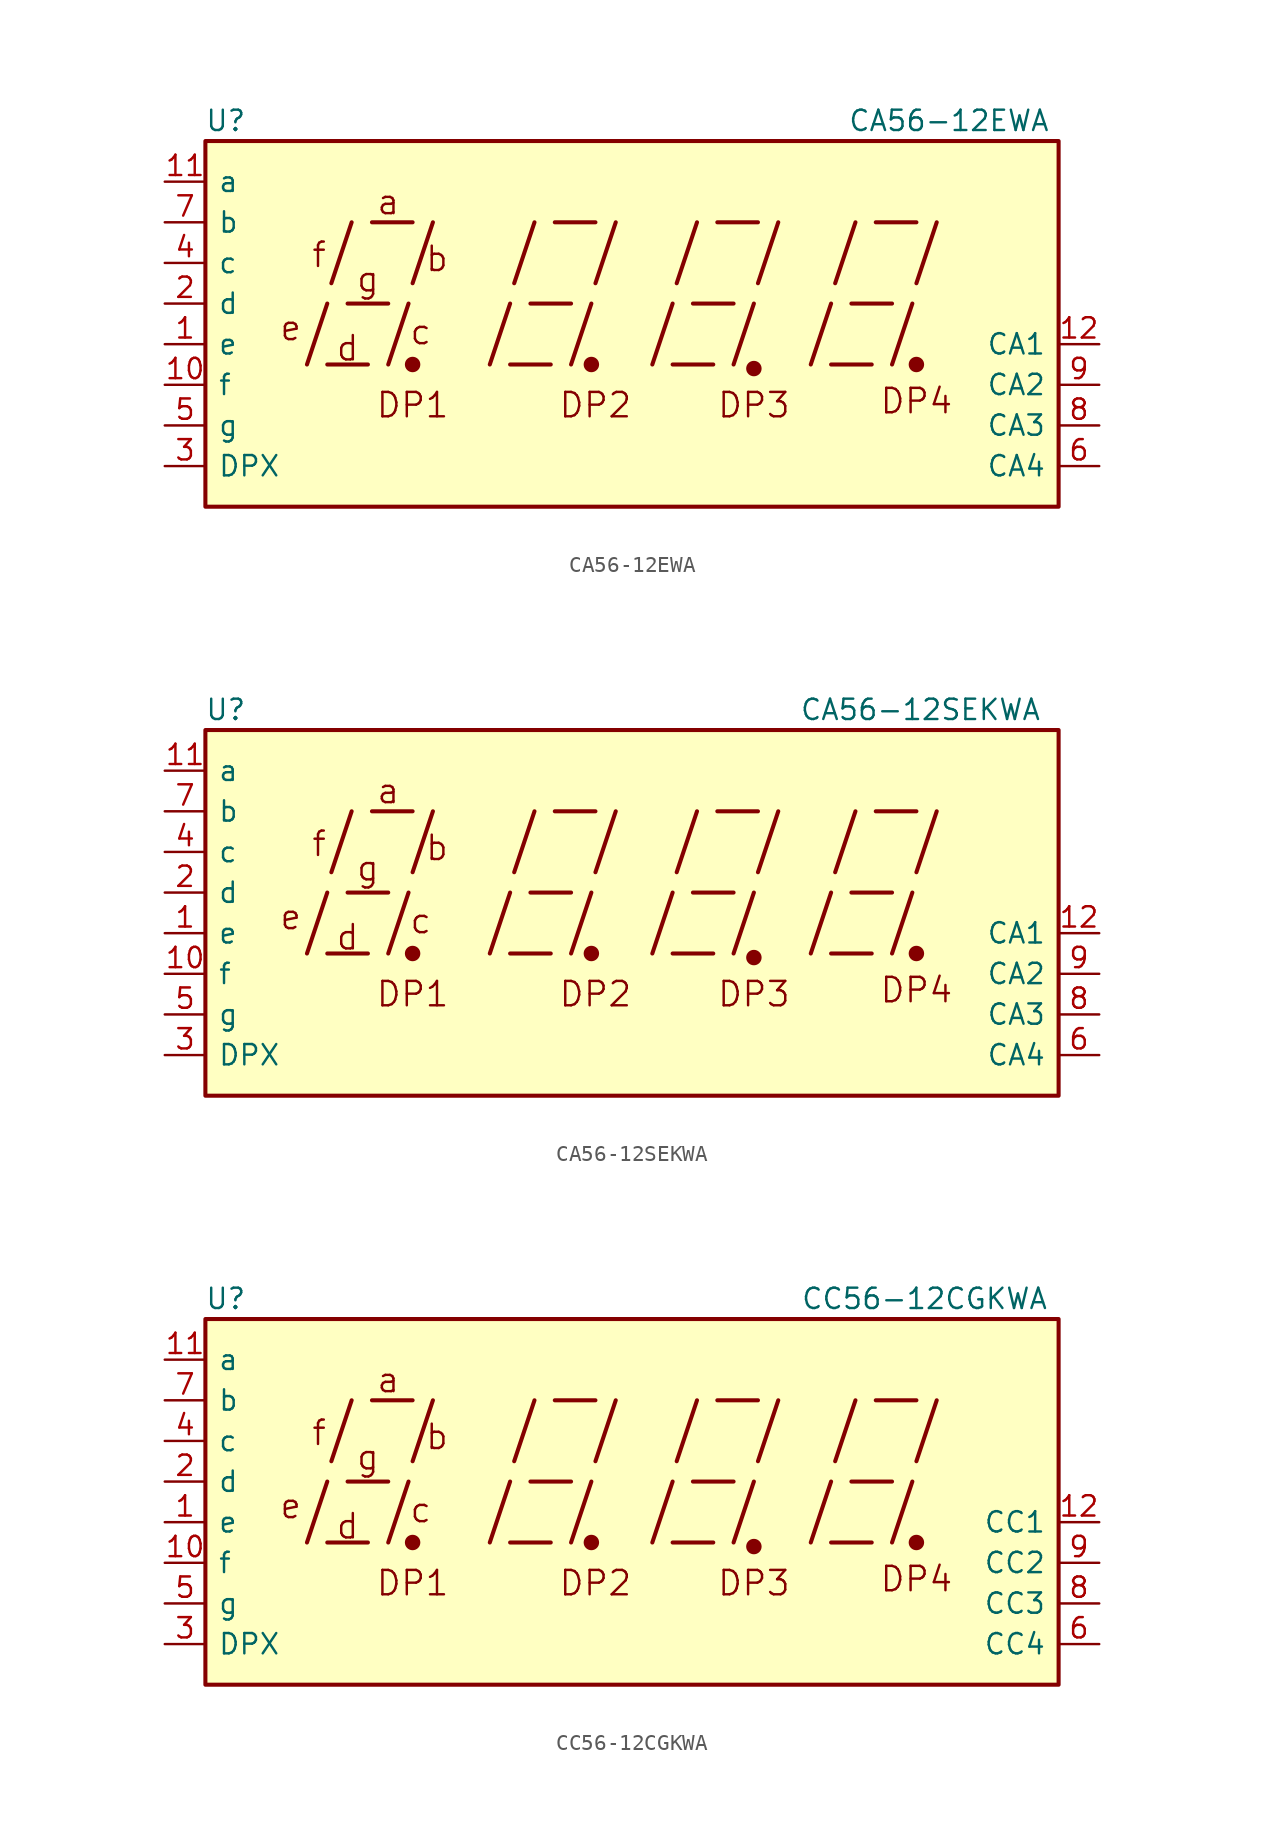
<source format=kicad_sym>
(kicad_symbol_lib
  (version 20231120)
  (generator "kicad_symbol_editor")
  (generator_version "8.0")
  (symbol "CA56-12EWA"
    (pin_names
      (offset 0.762))
    (property "Reference" "U"
      (at -24.13 11.43 0)
      (effects (font (size 1.27 1.27))))
    (property "Value" "CA56-12EWA"
      (at 21.082 11.43 0)
      (effects (font (size 1.27 1.27))))
    (symbol "CA56-12EWA_0_0"
      (rectangle (start -25.4 10.16) (end 27.94 -12.7) (stroke (width 0.254) (type default)) (fill (type background)))
      (polyline (pts (xy -19.05 -3.81) (xy -17.78 0)) (stroke (width 0.254) (type default)) (fill (type none)))
      (polyline (pts (xy -17.78 -3.81) (xy -15.24 -3.81)) (stroke (width 0.254) (type default)) (fill (type none)))
      (polyline (pts (xy -17.526 1.27) (xy -16.256 5.08)) (stroke (width 0.254) (type default)) (fill (type none)))
      (polyline (pts (xy -16.51 0) (xy -13.97 0)) (stroke (width 0.254) (type default)) (fill (type none)))
      (polyline (pts (xy -14.986 5.08) (xy -12.446 5.08)) (stroke (width 0.254) (type default)) (fill (type none)))
      (polyline (pts (xy -13.97 -3.81) (xy -12.7 0)) (stroke (width 0.254) (type default)) (fill (type none)))
      (polyline (pts (xy -12.446 1.27) (xy -11.176 5.08)) (stroke (width 0.254) (type default)) (fill (type none)))
      (polyline (pts (xy -7.62 -3.81) (xy -6.35 0)) (stroke (width 0.254) (type default)) (fill (type none)))
      (polyline (pts (xy -6.35 -3.81) (xy -3.81 -3.81)) (stroke (width 0.254) (type default)) (fill (type none)))
      (polyline (pts (xy -6.096 1.27) (xy -4.826 5.08)) (stroke (width 0.254) (type default)) (fill (type none)))
      (polyline (pts (xy -5.08 0) (xy -2.54 0)) (stroke (width 0.254) (type default)) (fill (type none)))
      (polyline (pts (xy -3.556 5.08) (xy -1.016 5.08)) (stroke (width 0.254) (type default)) (fill (type none)))
      (polyline (pts (xy -2.54 -3.81) (xy -1.27 0)) (stroke (width 0.254) (type default)) (fill (type none)))
      (polyline (pts (xy -1.016 1.27) (xy 0.254 5.08)) (stroke (width 0.254) (type default)) (fill (type none)))
      (polyline (pts (xy 2.54 -3.81) (xy 3.81 0)) (stroke (width 0.254) (type default)) (fill (type none)))
      (polyline (pts (xy 3.81 -3.81) (xy 6.35 -3.81)) (stroke (width 0.254) (type default)) (fill (type none)))
      (polyline (pts (xy 4.064 1.27) (xy 5.334 5.08)) (stroke (width 0.254) (type default)) (fill (type none)))
      (polyline (pts (xy 5.08 0) (xy 7.62 0)) (stroke (width 0.254) (type default)) (fill (type none)))
      (polyline (pts (xy 6.604 5.08) (xy 9.144 5.08)) (stroke (width 0.254) (type default)) (fill (type none)))
      (polyline (pts (xy 7.62 -3.81) (xy 8.89 0)) (stroke (width 0.254) (type default)) (fill (type none)))
      (polyline (pts (xy 9.144 1.27) (xy 10.414 5.08)) (stroke (width 0.254) (type default)) (fill (type none)))
      (polyline (pts (xy 12.446 -3.81) (xy 13.716 0)) (stroke (width 0.254) (type default)) (fill (type none)))
      (polyline (pts (xy 13.716 -3.81) (xy 16.256 -3.81)) (stroke (width 0.254) (type default)) (fill (type none)))
      (polyline (pts (xy 13.97 1.27) (xy 15.24 5.08)) (stroke (width 0.254) (type default)) (fill (type none)))
      (polyline (pts (xy 14.986 0) (xy 17.526 0)) (stroke (width 0.254) (type default)) (fill (type none)))
      (polyline (pts (xy 16.51 5.08) (xy 19.05 5.08)) (stroke (width 0.254) (type default)) (fill (type none)))
      (polyline (pts (xy 17.526 -3.81) (xy 18.796 0)) (stroke (width 0.254) (type default)) (fill (type none)))
      (polyline (pts (xy 19.05 1.27) (xy 20.32 5.08)) (stroke (width 0.254) (type default)) (fill (type none)))
      (text "a" (at -13.97 6.35 0) (effects (font (size 1.524 1.524))))
      (text "b" (at -10.922 2.794 0) (effects (font (size 1.524 1.524))))
      (text "c" (at -11.938 -1.778 0) (effects (font (size 1.524 1.524))))
      (text "d" (at -16.51 -2.794 0) (effects (font (size 1.524 1.524))))
      (text "DP1" (at -12.446 -6.35 0) (effects (font (size 1.524 1.524))))
      (text "DP2" (at -1.016 -6.35 0) (effects (font (size 1.524 1.524))))
      (text "DP3" (at 8.89 -6.35 0) (effects (font (size 1.524 1.524))))
      (text "DP4" (at 19.05 -6.096 0) (effects (font (size 1.524 1.524))))
      (text "e" (at -20.066 -1.524 0) (effects (font (size 1.524 1.524))))
      (text "f" (at -18.288 3.048 0) (effects (font (size 1.524 1.524))))
      (text "g" (at -15.24 1.524 0) (effects (font (size 1.524 1.524)))))
    (symbol "CA56-12EWA_0_1"
      (circle (center -12.446 -3.81) (radius 0.356) (stroke (width 0.254) (type default)) (fill (type outline)))
      (circle (center -1.27 -3.81) (radius 0.356) (stroke (width 0.254) (type default)) (fill (type outline))))
    (symbol "CA56-12EWA_1_0"
      (circle (center 8.89 -4.064) (radius 0.356) (stroke (width 0.254) (type default)) (fill (type outline)))
      (circle (center 19.05 -3.81) (radius 0.356) (stroke (width 0.254) (type default)) (fill (type outline))))
    (symbol "CA56-12EWA_1_1"
      (pin input line (at -27.94 -2.54 0) (length 2.54) (name "e" (effects (font (size 1.27 1.27)))) (number "1" (effects (font (size 1.27 1.27)))))
      (pin input line (at -27.94 -5.08 0) (length 2.54) (name "f" (effects (font (size 1.27 1.27)))) (number "10" (effects (font (size 1.27 1.27)))))
      (pin input line (at -27.94 7.62 0) (length 2.54) (name "a" (effects (font (size 1.27 1.27)))) (number "11" (effects (font (size 1.27 1.27)))))
      (pin input line (at 30.48 -2.54 180) (length 2.54) (name "CA1" (effects (font (size 1.27 1.27)))) (number "12" (effects (font (size 1.27 1.27)))))
      (pin input line (at -27.94 0 0) (length 2.54) (name "d" (effects (font (size 1.27 1.27)))) (number "2" (effects (font (size 1.27 1.27)))))
      (pin input line (at -27.94 -10.16 0) (length 2.54) (name "DPX" (effects (font (size 1.27 1.27)))) (number "3" (effects (font (size 1.27 1.27)))))
      (pin input line (at -27.94 2.54 0) (length 2.54) (name "c" (effects (font (size 1.27 1.27)))) (number "4" (effects (font (size 1.27 1.27)))))
      (pin input line (at -27.94 -7.62 0) (length 2.54) (name "g" (effects (font (size 1.27 1.27)))) (number "5" (effects (font (size 1.27 1.27)))))
      (pin input line (at 30.48 -10.16 180) (length 2.54) (name "CA4" (effects (font (size 1.27 1.27)))) (number "6" (effects (font (size 1.27 1.27)))))
      (pin input line (at -27.94 5.08 0) (length 2.54) (name "b" (effects (font (size 1.27 1.27)))) (number "7" (effects (font (size 1.27 1.27)))))
      (pin input line (at 30.48 -7.62 180) (length 2.54) (name "CA3" (effects (font (size 1.27 1.27)))) (number "8" (effects (font (size 1.27 1.27)))))
      (pin input line (at 30.48 -5.08 180) (length 2.54) (name "CA2" (effects (font (size 1.27 1.27)))) (number "9" (effects (font (size 1.27 1.27)))))))
  (symbol "CA56-12SEKWA"
    (pin_names
      (offset 0.762))
    (property "Reference" "U"
      (at -24.13 11.43 0)
      (effects (font (size 1.27 1.27))))
    (property "Value" "CA56-12SEKWA"
      (at 19.304 11.43 0)
      (effects (font (size 1.27 1.27))))
    (symbol "CA56-12SEKWA_0_0"
      (rectangle (start -25.4 10.16) (end 27.94 -12.7) (stroke (width 0.254) (type default)) (fill (type background)))
      (polyline (pts (xy -19.05 -3.81) (xy -17.78 0)) (stroke (width 0.254) (type default)) (fill (type none)))
      (polyline (pts (xy -17.78 -3.81) (xy -15.24 -3.81)) (stroke (width 0.254) (type default)) (fill (type none)))
      (polyline (pts (xy -17.526 1.27) (xy -16.256 5.08)) (stroke (width 0.254) (type default)) (fill (type none)))
      (polyline (pts (xy -16.51 0) (xy -13.97 0)) (stroke (width 0.254) (type default)) (fill (type none)))
      (polyline (pts (xy -14.986 5.08) (xy -12.446 5.08)) (stroke (width 0.254) (type default)) (fill (type none)))
      (polyline (pts (xy -13.97 -3.81) (xy -12.7 0)) (stroke (width 0.254) (type default)) (fill (type none)))
      (polyline (pts (xy -12.446 1.27) (xy -11.176 5.08)) (stroke (width 0.254) (type default)) (fill (type none)))
      (polyline (pts (xy -7.62 -3.81) (xy -6.35 0)) (stroke (width 0.254) (type default)) (fill (type none)))
      (polyline (pts (xy -6.35 -3.81) (xy -3.81 -3.81)) (stroke (width 0.254) (type default)) (fill (type none)))
      (polyline (pts (xy -6.096 1.27) (xy -4.826 5.08)) (stroke (width 0.254) (type default)) (fill (type none)))
      (polyline (pts (xy -5.08 0) (xy -2.54 0)) (stroke (width 0.254) (type default)) (fill (type none)))
      (polyline (pts (xy -3.556 5.08) (xy -1.016 5.08)) (stroke (width 0.254) (type default)) (fill (type none)))
      (polyline (pts (xy -2.54 -3.81) (xy -1.27 0)) (stroke (width 0.254) (type default)) (fill (type none)))
      (polyline (pts (xy -1.016 1.27) (xy 0.254 5.08)) (stroke (width 0.254) (type default)) (fill (type none)))
      (polyline (pts (xy 2.54 -3.81) (xy 3.81 0)) (stroke (width 0.254) (type default)) (fill (type none)))
      (polyline (pts (xy 3.81 -3.81) (xy 6.35 -3.81)) (stroke (width 0.254) (type default)) (fill (type none)))
      (polyline (pts (xy 4.064 1.27) (xy 5.334 5.08)) (stroke (width 0.254) (type default)) (fill (type none)))
      (polyline (pts (xy 5.08 0) (xy 7.62 0)) (stroke (width 0.254) (type default)) (fill (type none)))
      (polyline (pts (xy 6.604 5.08) (xy 9.144 5.08)) (stroke (width 0.254) (type default)) (fill (type none)))
      (polyline (pts (xy 7.62 -3.81) (xy 8.89 0)) (stroke (width 0.254) (type default)) (fill (type none)))
      (polyline (pts (xy 9.144 1.27) (xy 10.414 5.08)) (stroke (width 0.254) (type default)) (fill (type none)))
      (polyline (pts (xy 12.446 -3.81) (xy 13.716 0)) (stroke (width 0.254) (type default)) (fill (type none)))
      (polyline (pts (xy 13.716 -3.81) (xy 16.256 -3.81)) (stroke (width 0.254) (type default)) (fill (type none)))
      (polyline (pts (xy 13.97 1.27) (xy 15.24 5.08)) (stroke (width 0.254) (type default)) (fill (type none)))
      (polyline (pts (xy 14.986 0) (xy 17.526 0)) (stroke (width 0.254) (type default)) (fill (type none)))
      (polyline (pts (xy 16.51 5.08) (xy 19.05 5.08)) (stroke (width 0.254) (type default)) (fill (type none)))
      (polyline (pts (xy 17.526 -3.81) (xy 18.796 0)) (stroke (width 0.254) (type default)) (fill (type none)))
      (polyline (pts (xy 19.05 1.27) (xy 20.32 5.08)) (stroke (width 0.254) (type default)) (fill (type none)))
      (text "a" (at -13.97 6.35 0) (effects (font (size 1.524 1.524))))
      (text "b" (at -10.922 2.794 0) (effects (font (size 1.524 1.524))))
      (text "c" (at -11.938 -1.778 0) (effects (font (size 1.524 1.524))))
      (text "d" (at -16.51 -2.794 0) (effects (font (size 1.524 1.524))))
      (text "DP1" (at -12.446 -6.35 0) (effects (font (size 1.524 1.524))))
      (text "DP2" (at -1.016 -6.35 0) (effects (font (size 1.524 1.524))))
      (text "DP3" (at 8.89 -6.35 0) (effects (font (size 1.524 1.524))))
      (text "DP4" (at 19.05 -6.096 0) (effects (font (size 1.524 1.524))))
      (text "e" (at -20.066 -1.524 0) (effects (font (size 1.524 1.524))))
      (text "f" (at -18.288 3.048 0) (effects (font (size 1.524 1.524))))
      (text "g" (at -15.24 1.524 0) (effects (font (size 1.524 1.524)))))
    (symbol "CA56-12SEKWA_0_1"
      (circle (center -12.446 -3.81) (radius 0.356) (stroke (width 0.254) (type default)) (fill (type outline)))
      (circle (center -1.27 -3.81) (radius 0.356) (stroke (width 0.254) (type default)) (fill (type outline))))
    (symbol "CA56-12SEKWA_1_0"
      (circle (center 8.89 -4.064) (radius 0.356) (stroke (width 0.254) (type default)) (fill (type outline)))
      (circle (center 19.05 -3.81) (radius 0.356) (stroke (width 0.254) (type default)) (fill (type outline))))
    (symbol "CA56-12SEKWA_1_1"
      (pin input line (at -27.94 -2.54 0) (length 2.54) (name "e" (effects (font (size 1.27 1.27)))) (number "1" (effects (font (size 1.27 1.27)))))
      (pin input line (at -27.94 -5.08 0) (length 2.54) (name "f" (effects (font (size 1.27 1.27)))) (number "10" (effects (font (size 1.27 1.27)))))
      (pin input line (at -27.94 7.62 0) (length 2.54) (name "a" (effects (font (size 1.27 1.27)))) (number "11" (effects (font (size 1.27 1.27)))))
      (pin input line (at 30.48 -2.54 180) (length 2.54) (name "CA1" (effects (font (size 1.27 1.27)))) (number "12" (effects (font (size 1.27 1.27)))))
      (pin input line (at -27.94 0 0) (length 2.54) (name "d" (effects (font (size 1.27 1.27)))) (number "2" (effects (font (size 1.27 1.27)))))
      (pin input line (at -27.94 -10.16 0) (length 2.54) (name "DPX" (effects (font (size 1.27 1.27)))) (number "3" (effects (font (size 1.27 1.27)))))
      (pin input line (at -27.94 2.54 0) (length 2.54) (name "c" (effects (font (size 1.27 1.27)))) (number "4" (effects (font (size 1.27 1.27)))))
      (pin input line (at -27.94 -7.62 0) (length 2.54) (name "g" (effects (font (size 1.27 1.27)))) (number "5" (effects (font (size 1.27 1.27)))))
      (pin input line (at 30.48 -10.16 180) (length 2.54) (name "CA4" (effects (font (size 1.27 1.27)))) (number "6" (effects (font (size 1.27 1.27)))))
      (pin input line (at -27.94 5.08 0) (length 2.54) (name "b" (effects (font (size 1.27 1.27)))) (number "7" (effects (font (size 1.27 1.27)))))
      (pin input line (at 30.48 -7.62 180) (length 2.54) (name "CA3" (effects (font (size 1.27 1.27)))) (number "8" (effects (font (size 1.27 1.27)))))
      (pin input line (at 30.48 -5.08 180) (length 2.54) (name "CA2" (effects (font (size 1.27 1.27)))) (number "9" (effects (font (size 1.27 1.27)))))))
  (symbol "CC56-12CGKWA"
    (pin_names
      (offset 0.762))
    (property "Reference" "U"
      (at -24.13 11.43 0)
      (effects (font (size 1.27 1.27))))
    (property "Value" "CC56-12CGKWA"
      (at 19.558 11.43 0)
      (effects (font (size 1.27 1.27))))
    (symbol "CC56-12CGKWA_0_0"
      (rectangle (start -25.4 10.16) (end 27.94 -12.7) (stroke (width 0.254) (type default)) (fill (type background)))
      (polyline (pts (xy -19.05 -3.81) (xy -17.78 0)) (stroke (width 0.254) (type default)) (fill (type none)))
      (polyline (pts (xy -17.78 -3.81) (xy -15.24 -3.81)) (stroke (width 0.254) (type default)) (fill (type none)))
      (polyline (pts (xy -17.526 1.27) (xy -16.256 5.08)) (stroke (width 0.254) (type default)) (fill (type none)))
      (polyline (pts (xy -16.51 0) (xy -13.97 0)) (stroke (width 0.254) (type default)) (fill (type none)))
      (polyline (pts (xy -14.986 5.08) (xy -12.446 5.08)) (stroke (width 0.254) (type default)) (fill (type none)))
      (polyline (pts (xy -13.97 -3.81) (xy -12.7 0)) (stroke (width 0.254) (type default)) (fill (type none)))
      (polyline (pts (xy -12.446 1.27) (xy -11.176 5.08)) (stroke (width 0.254) (type default)) (fill (type none)))
      (polyline (pts (xy -7.62 -3.81) (xy -6.35 0)) (stroke (width 0.254) (type default)) (fill (type none)))
      (polyline (pts (xy -6.35 -3.81) (xy -3.81 -3.81)) (stroke (width 0.254) (type default)) (fill (type none)))
      (polyline (pts (xy -6.096 1.27) (xy -4.826 5.08)) (stroke (width 0.254) (type default)) (fill (type none)))
      (polyline (pts (xy -5.08 0) (xy -2.54 0)) (stroke (width 0.254) (type default)) (fill (type none)))
      (polyline (pts (xy -3.556 5.08) (xy -1.016 5.08)) (stroke (width 0.254) (type default)) (fill (type none)))
      (polyline (pts (xy -2.54 -3.81) (xy -1.27 0)) (stroke (width 0.254) (type default)) (fill (type none)))
      (polyline (pts (xy -1.016 1.27) (xy 0.254 5.08)) (stroke (width 0.254) (type default)) (fill (type none)))
      (polyline (pts (xy 2.54 -3.81) (xy 3.81 0)) (stroke (width 0.254) (type default)) (fill (type none)))
      (polyline (pts (xy 3.81 -3.81) (xy 6.35 -3.81)) (stroke (width 0.254) (type default)) (fill (type none)))
      (polyline (pts (xy 4.064 1.27) (xy 5.334 5.08)) (stroke (width 0.254) (type default)) (fill (type none)))
      (polyline (pts (xy 5.08 0) (xy 7.62 0)) (stroke (width 0.254) (type default)) (fill (type none)))
      (polyline (pts (xy 6.604 5.08) (xy 9.144 5.08)) (stroke (width 0.254) (type default)) (fill (type none)))
      (polyline (pts (xy 7.62 -3.81) (xy 8.89 0)) (stroke (width 0.254) (type default)) (fill (type none)))
      (polyline (pts (xy 9.144 1.27) (xy 10.414 5.08)) (stroke (width 0.254) (type default)) (fill (type none)))
      (polyline (pts (xy 12.446 -3.81) (xy 13.716 0)) (stroke (width 0.254) (type default)) (fill (type none)))
      (polyline (pts (xy 13.716 -3.81) (xy 16.256 -3.81)) (stroke (width 0.254) (type default)) (fill (type none)))
      (polyline (pts (xy 13.97 1.27) (xy 15.24 5.08)) (stroke (width 0.254) (type default)) (fill (type none)))
      (polyline (pts (xy 14.986 0) (xy 17.526 0)) (stroke (width 0.254) (type default)) (fill (type none)))
      (polyline (pts (xy 16.51 5.08) (xy 19.05 5.08)) (stroke (width 0.254) (type default)) (fill (type none)))
      (polyline (pts (xy 17.526 -3.81) (xy 18.796 0)) (stroke (width 0.254) (type default)) (fill (type none)))
      (polyline (pts (xy 19.05 1.27) (xy 20.32 5.08)) (stroke (width 0.254) (type default)) (fill (type none)))
      (text "a" (at -13.97 6.35 0) (effects (font (size 1.524 1.524))))
      (text "b" (at -10.922 2.794 0) (effects (font (size 1.524 1.524))))
      (text "c" (at -11.938 -1.778 0) (effects (font (size 1.524 1.524))))
      (text "d" (at -16.51 -2.794 0) (effects (font (size 1.524 1.524))))
      (text "DP1" (at -12.446 -6.35 0) (effects (font (size 1.524 1.524))))
      (text "DP2" (at -1.016 -6.35 0) (effects (font (size 1.524 1.524))))
      (text "DP3" (at 8.89 -6.35 0) (effects (font (size 1.524 1.524))))
      (text "DP4" (at 19.05 -6.096 0) (effects (font (size 1.524 1.524))))
      (text "e" (at -20.066 -1.524 0) (effects (font (size 1.524 1.524))))
      (text "f" (at -18.288 3.048 0) (effects (font (size 1.524 1.524))))
      (text "g" (at -15.24 1.524 0) (effects (font (size 1.524 1.524)))))
    (symbol "CC56-12CGKWA_0_1"
      (circle (center -12.446 -3.81) (radius 0.356) (stroke (width 0.254) (type default)) (fill (type outline)))
      (circle (center -1.27 -3.81) (radius 0.356) (stroke (width 0.254) (type default)) (fill (type outline))))
    (symbol "CC56-12CGKWA_1_0"
      (circle (center 8.89 -4.064) (radius 0.356) (stroke (width 0.254) (type default)) (fill (type outline)))
      (circle (center 19.05 -3.81) (radius 0.356) (stroke (width 0.254) (type default)) (fill (type outline))))
    (symbol "CC56-12CGKWA_1_1"
      (pin input line (at -27.94 -2.54 0) (length 2.54) (name "e" (effects (font (size 1.27 1.27)))) (number "1" (effects (font (size 1.27 1.27)))))
      (pin input line (at -27.94 -5.08 0) (length 2.54) (name "f" (effects (font (size 1.27 1.27)))) (number "10" (effects (font (size 1.27 1.27)))))
      (pin input line (at -27.94 7.62 0) (length 2.54) (name "a" (effects (font (size 1.27 1.27)))) (number "11" (effects (font (size 1.27 1.27)))))
      (pin input line (at 30.48 -2.54 180) (length 2.54) (name "CC1" (effects (font (size 1.27 1.27)))) (number "12" (effects (font (size 1.27 1.27)))))
      (pin input line (at -27.94 0 0) (length 2.54) (name "d" (effects (font (size 1.27 1.27)))) (number "2" (effects (font (size 1.27 1.27)))))
      (pin input line (at -27.94 -10.16 0) (length 2.54) (name "DPX" (effects (font (size 1.27 1.27)))) (number "3" (effects (font (size 1.27 1.27)))))
      (pin input line (at -27.94 2.54 0) (length 2.54) (name "c" (effects (font (size 1.27 1.27)))) (number "4" (effects (font (size 1.27 1.27)))))
      (pin input line (at -27.94 -7.62 0) (length 2.54) (name "g" (effects (font (size 1.27 1.27)))) (number "5" (effects (font (size 1.27 1.27)))))
      (pin input line (at 30.48 -10.16 180) (length 2.54) (name "CC4" (effects (font (size 1.27 1.27)))) (number "6" (effects (font (size 1.27 1.27)))))
      (pin input line (at -27.94 5.08 0) (length 2.54) (name "b" (effects (font (size 1.27 1.27)))) (number "7" (effects (font (size 1.27 1.27)))))
      (pin input line (at 30.48 -7.62 180) (length 2.54) (name "CC3" (effects (font (size 1.27 1.27)))) (number "8" (effects (font (size 1.27 1.27)))))
      (pin input line (at 30.48 -5.08 180) (length 2.54) (name "CC2" (effects (font (size 1.27 1.27)))) (number "9" (effects (font (size 1.27 1.27))))))))
</source>
